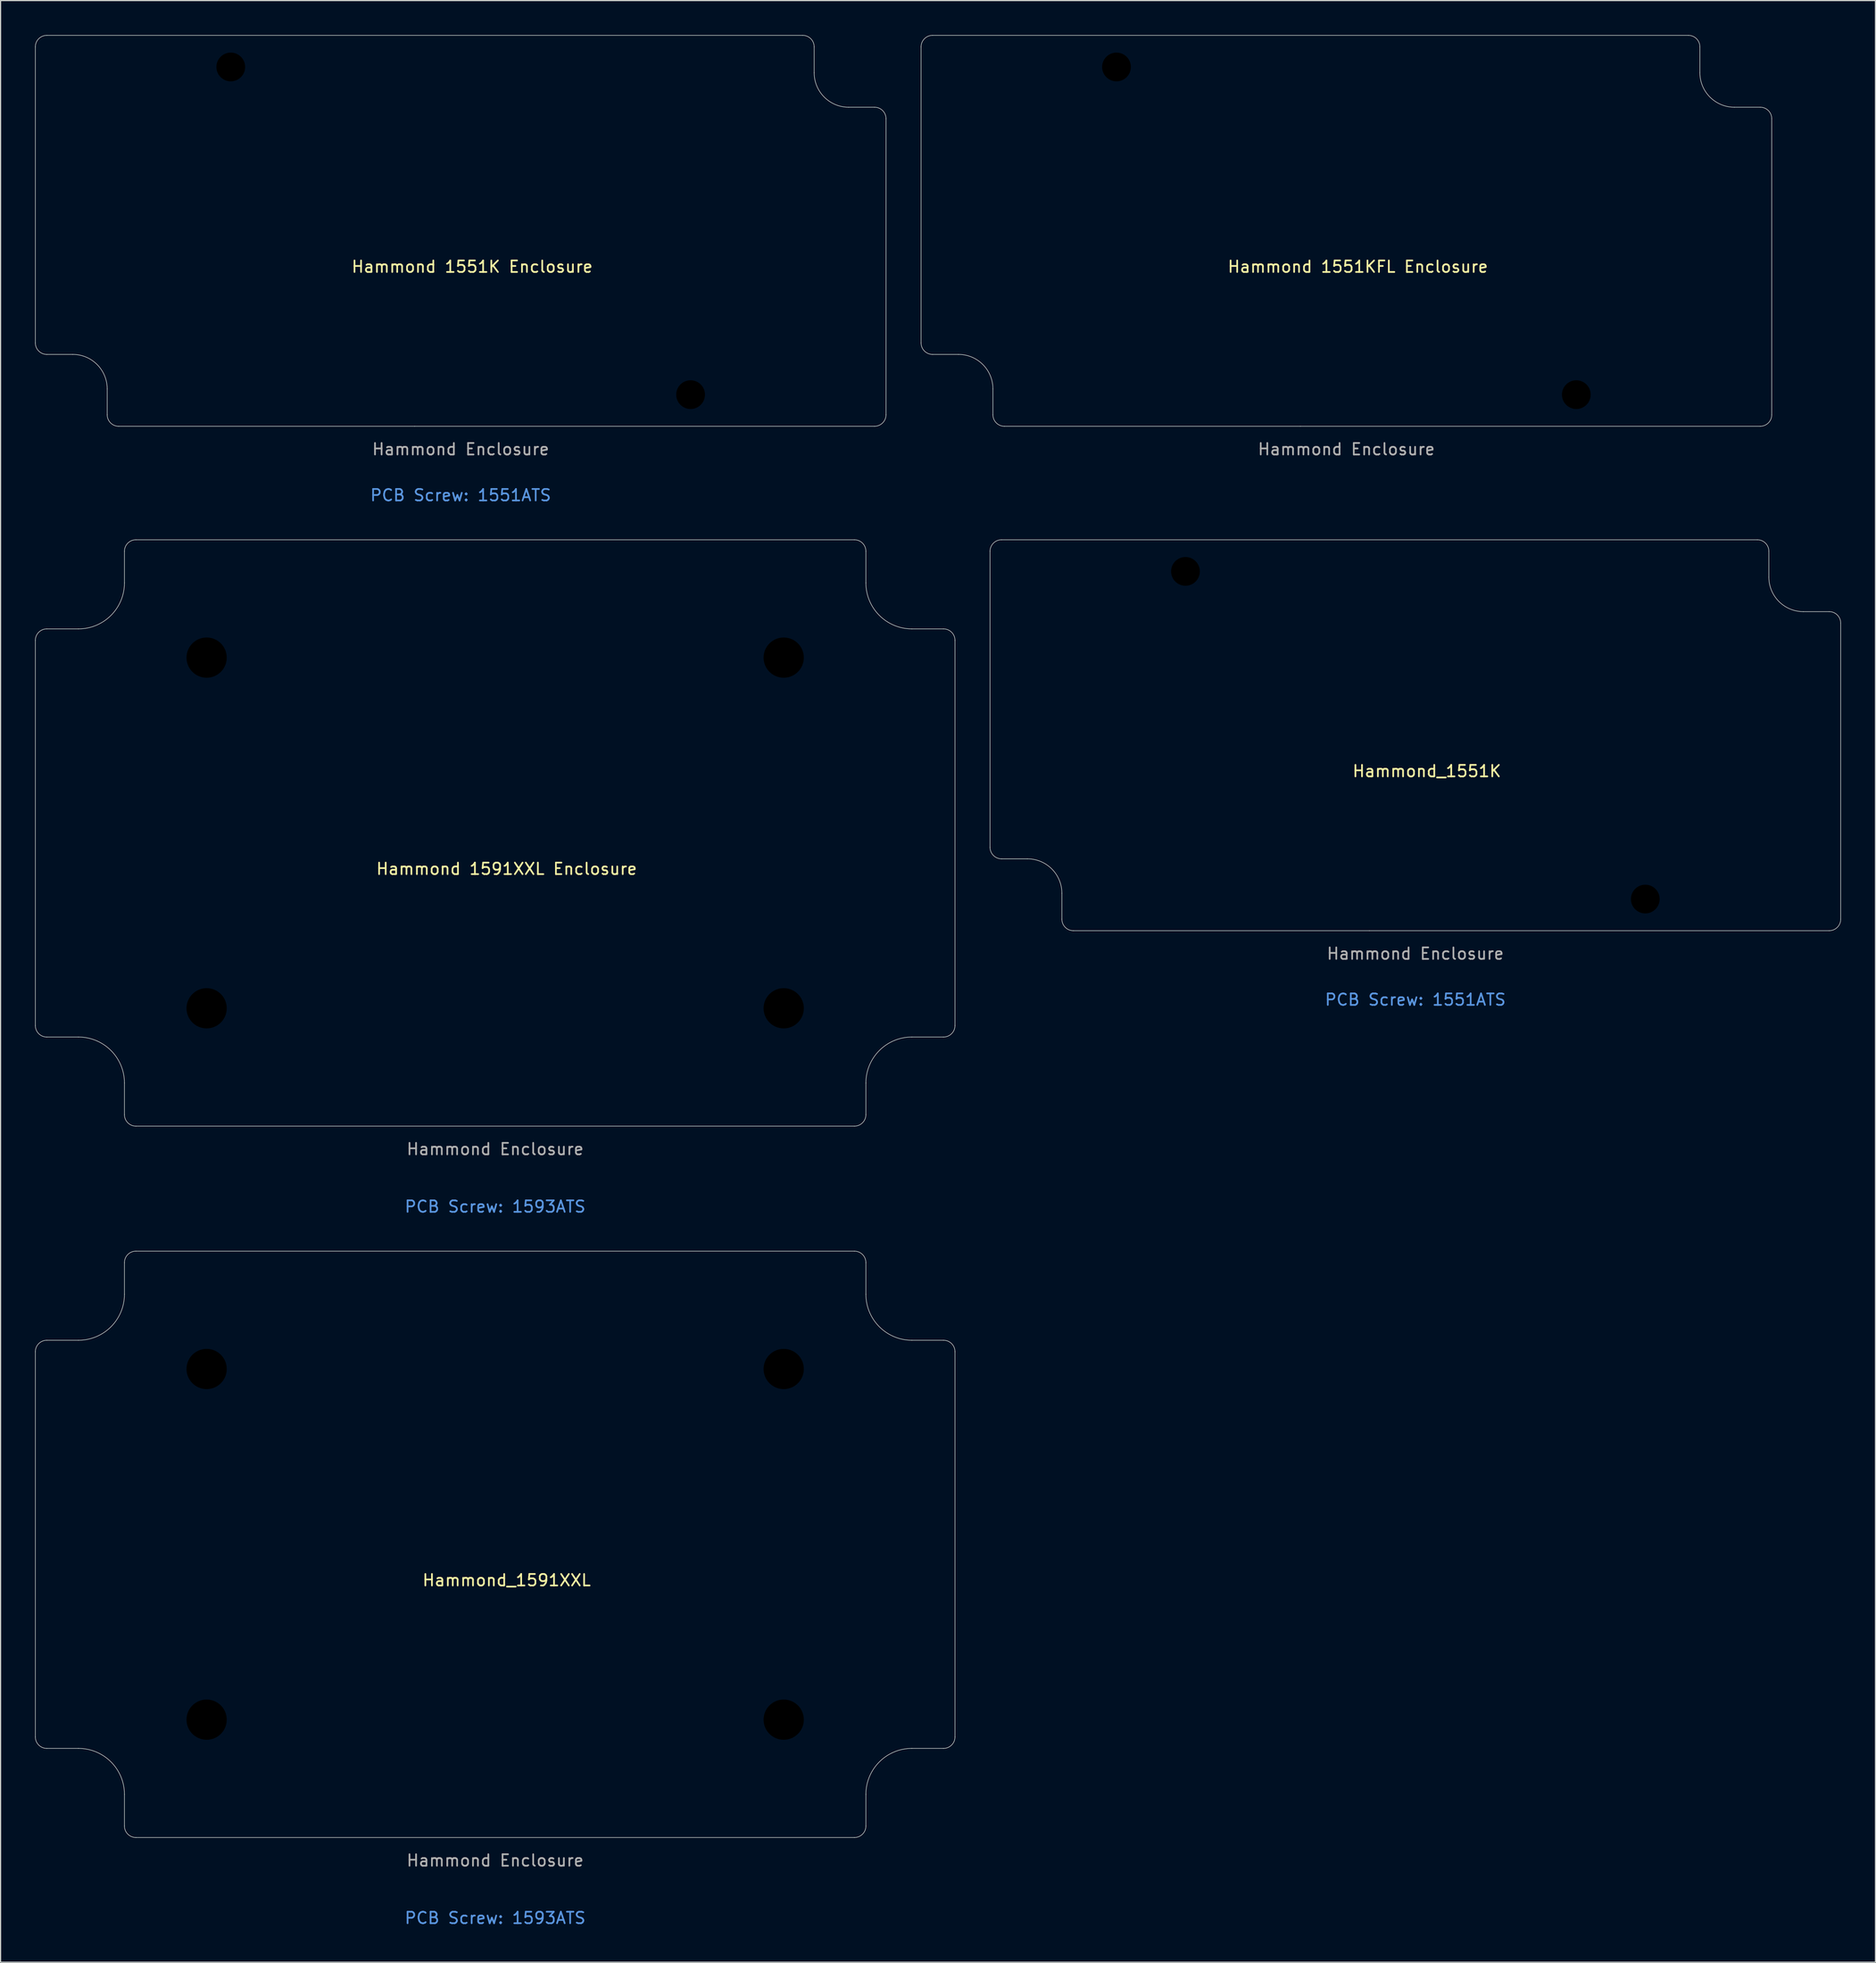
<source format=kicad_pcb>
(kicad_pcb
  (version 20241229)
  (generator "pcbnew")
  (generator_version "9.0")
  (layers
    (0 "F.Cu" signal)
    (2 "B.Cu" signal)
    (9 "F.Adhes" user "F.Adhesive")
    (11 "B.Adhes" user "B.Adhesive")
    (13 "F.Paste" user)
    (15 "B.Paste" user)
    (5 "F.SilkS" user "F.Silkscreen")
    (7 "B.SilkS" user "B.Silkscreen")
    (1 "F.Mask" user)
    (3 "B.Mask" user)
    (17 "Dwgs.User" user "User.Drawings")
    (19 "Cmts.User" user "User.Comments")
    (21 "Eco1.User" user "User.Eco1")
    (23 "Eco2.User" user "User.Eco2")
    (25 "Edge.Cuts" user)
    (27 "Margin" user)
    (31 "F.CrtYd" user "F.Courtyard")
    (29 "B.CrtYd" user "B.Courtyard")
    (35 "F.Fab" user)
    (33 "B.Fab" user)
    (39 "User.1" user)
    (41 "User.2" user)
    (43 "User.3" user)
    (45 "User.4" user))
  (footprint "Hammond_1591XXL"
    (layer "F.Cu")
    (at 40.025 131.271)
    (property "Reference" "Hammond_1591XXL" (at 1 3.125 0) (unlocked yes) (layer "F.SilkS") (effects (font (size 1 1) (thickness 0.15))))
    (fp_line (start -40 16.75) (end -40 -16.75) (stroke (width 0.05) (type solid)) (layer "Edge.Cuts"))
    (fp_line (start -39 -17.75) (end -36.25 -17.75) (stroke (width 0.05) (type solid)) (layer "Edge.Cuts"))
    (fp_line (start -36.25 17.75) (end -39 17.75) (stroke (width 0.05) (type solid)) (layer "Edge.Cuts"))
    (fp_line (start -32.25 -21.75) (end -32.25 -24.5) (stroke (width 0.05) (type solid)) (layer "Edge.Cuts"))
    (fp_line (start -32.25 24.5) (end -32.25 21.75) (stroke (width 0.05) (type solid)) (layer "Edge.Cuts"))
    (fp_line (start -31.25 -25.5) (end 31.25 -25.5) (stroke (width 0.05) (type solid)) (layer "Edge.Cuts"))
    (fp_line (start 31.25 25.5) (end -31.25 25.5) (stroke (width 0.05) (type solid)) (layer "Edge.Cuts"))
    (fp_line (start 32.25 -24.5) (end 32.25 -21.75) (stroke (width 0.05) (type solid)) (layer "Edge.Cuts"))
    (fp_line (start 32.25 21.75) (end 32.25 24.5) (stroke (width 0.05) (type solid)) (layer "Edge.Cuts"))
    (fp_line (start 36.25 -17.75) (end 39 -17.75) (stroke (width 0.05) (type solid)) (layer "Edge.Cuts"))
    (fp_line (start 39 17.75) (end 36.25 17.75) (stroke (width 0.05) (type solid)) (layer "Edge.Cuts"))
    (fp_line (start 40 -16.75) (end 40 16.75) (stroke (width 0.05) (type solid)) (layer "Edge.Cuts"))
    (fp_arc (start -40 -16.75) (mid -39.707107 -17.457107) (end -39 -17.75) (stroke (width 0.05) (type solid)) (layer "Edge.Cuts"))
    (fp_arc (start -38.999999 17.749999) (mid -39.707106 17.457106) (end -39.999999 16.749999) (stroke (width 0.05) (type solid)) (layer "Edge.Cuts"))
    (fp_arc (start -36.25 17.750001) (mid -33.421574 18.921574) (end -32.250001 21.75) (stroke (width 0.05) (type solid)) (layer "Edge.Cuts"))
    (fp_arc (start -32.25 -21.749999) (mid -33.421574 -18.921572) (end -36.250001 -17.75) (stroke (width 0.05) (type solid)) (layer "Edge.Cuts"))
    (fp_arc (start -32.249999 -24.499999) (mid -31.957106 -25.207106) (end -31.249999 -25.499999) (stroke (width 0.05) (type solid)) (layer "Edge.Cuts"))
    (fp_arc (start -31.249999 25.499999) (mid -31.957106 25.207106) (end -32.249999 24.499999) (stroke (width 0.05) (type solid)) (layer "Edge.Cuts"))
    (fp_arc (start 31.249999 -25.499999) (mid 31.957106 -25.207106) (end 32.249999 -24.499999) (stroke (width 0.05) (type solid)) (layer "Edge.Cuts"))
    (fp_arc (start 32.249999 24.499999) (mid 31.957106 25.207106) (end 31.249999 25.499999) (stroke (width 0.05) (type solid)) (layer "Edge.Cuts"))
    (fp_arc (start 32.25 21.75) (mid 33.421573 18.921574) (end 36.249999 17.750001) (stroke (width 0.05) (type solid)) (layer "Edge.Cuts"))
    (fp_arc (start 36.249999 -17.75) (mid 33.421572 -18.921573) (end 32.249999 -21.75) (stroke (width 0.05) (type solid)) (layer "Edge.Cuts"))
    (fp_arc (start 38.999999 -17.749999) (mid 39.707106 -17.457106) (end 39.999999 -16.749999) (stroke (width 0.05) (type solid)) (layer "Edge.Cuts"))
    (fp_arc (start 39.999999 16.749999) (mid 39.707106 17.457106) (end 38.999999 17.749999) (stroke (width 0.05) (type solid)) (layer "Edge.Cuts"))
    (fp_text user "PCB Screw: 1593ATS" (at 0 32.5 0) (unlocked yes) (layer "Cmts.User") (effects (font (size 1 1) (thickness 0.15))))
    (fp_text user "Hammond Enclosure" (at 0 27.5 0) (layer "F.Fab") (effects (font (size 1 1) (thickness 0.15))))
    (pad "" np_thru_hole circle (at -25.1 -15.25) (size 3.5 3.5) (drill 3.5) (layers "*.Mask"))
    (pad "" np_thru_hole circle (at -25.1 15.25) (size 3.5 3.5) (drill 3.5) (layers "*.Mask"))
    (pad "" np_thru_hole circle (at 25.1 -15.25) (size 3.5 3.5) (drill 3.5) (layers "*.Mask"))
    (pad "" np_thru_hole circle (at 25.1 15.25) (size 3.5 3.5) (drill 3.5) (layers "*.Mask")))
  (footprint "Hammond 1551K Enclosure"
    (layer "F.Cu")
    (at 37.025 17.025)
    (property "Reference" "Hammond 1551K Enclosure" (at 1 3.125 0) (unlocked yes) (layer "F.SilkS") (effects (font (size 1 1) (thickness 0.15))))
    (fp_line (start -37 9.75) (end -37 -16) (stroke (width 0.05) (type solid)) (layer "Edge.Cuts"))
    (fp_line (start -36 -17) (end 29.75 -17) (stroke (width 0.05) (type solid)) (layer "Edge.Cuts"))
    (fp_line (start -33.75 10.75) (end -36 10.75) (stroke (width 0.05) (type solid)) (layer "Edge.Cuts"))
    (fp_line (start -30.75 13.75) (end -30.75 16) (stroke (width 0.05) (type solid)) (layer "Edge.Cuts"))
    (fp_line (start -29.75 17) (end -4 17) (stroke (width 0.05) (type solid)) (layer "Edge.Cuts"))
    (fp_line (start -4 17) (end 36 17) (stroke (width 0.05) (type solid)) (layer "Edge.Cuts"))
    (fp_line (start 30.75 -13.75) (end 30.75 -16) (stroke (width 0.05) (type solid)) (layer "Edge.Cuts"))
    (fp_line (start 33.75 -10.75) (end 36 -10.75) (stroke (width 0.05) (type solid)) (layer "Edge.Cuts"))
    (fp_line (start 37 -9.75) (end 37 16) (stroke (width 0.05) (type solid)) (layer "Edge.Cuts"))
    (fp_arc (start -37 -16) (mid -36.707107 -16.707107) (end -36 -17) (stroke (width 0.05) (type solid)) (layer "Edge.Cuts"))
    (fp_arc (start -36 10.75) (mid -36.707107 10.457107) (end -37 9.75) (stroke (width 0.05) (type solid)) (layer "Edge.Cuts"))
    (fp_arc (start -33.75 10.75) (mid -31.62868 11.62868) (end -30.75 13.75) (stroke (width 0.05) (type solid)) (layer "Edge.Cuts"))
    (fp_arc (start -29.75 17) (mid -30.457107 16.707107) (end -30.75 16) (stroke (width 0.05) (type solid)) (layer "Edge.Cuts"))
    (fp_arc (start 29.75 -17) (mid 30.457107 -16.707107) (end 30.75 -16) (stroke (width 0.05) (type solid)) (layer "Edge.Cuts"))
    (fp_arc (start 33.75 -10.75) (mid 31.62868 -11.62868) (end 30.75 -13.75) (stroke (width 0.05) (type solid)) (layer "Edge.Cuts"))
    (fp_arc (start 36 -10.75) (mid 36.707107 -10.457107) (end 37 -9.75) (stroke (width 0.05) (type solid)) (layer "Edge.Cuts"))
    (fp_arc (start 37 16) (mid 36.707107 16.707107) (end 36 17) (stroke (width 0.05) (type solid)) (layer "Edge.Cuts"))
    (fp_text user "PCB Screw: 1551ATS" (at 0 23 0) (unlocked yes) (layer "Cmts.User") (effects (font (size 1 1) (thickness 0.15))))
    (fp_text user "Hammond Enclosure" (at 0 19 0) (layer "F.Fab") (effects (font (size 1 1) (thickness 0.15))))
    (pad "" np_thru_hole circle (at -20 -14.25) (size 2.5 2.5) (drill 2.5) (layers "*.Mask"))
    (pad "" np_thru_hole circle (at 20 14.25) (size 2.5 2.5) (drill 2.5) (layers "*.Mask")))
  (footprint "Hammond 1591XXL Enclosure"
    (layer "F.Cu")
    (at 40.025 69.398)
    (property "Reference" "Hammond 1591XXL Enclosure" (at 1 3.125 0) (unlocked yes) (layer "F.SilkS") (effects (font (size 1 1) (thickness 0.15))))
    (fp_line (start -40 16.75) (end -40 -16.75) (stroke (width 0.05) (type solid)) (layer "Edge.Cuts"))
    (fp_line (start -39 -17.75) (end -36.25 -17.75) (stroke (width 0.05) (type solid)) (layer "Edge.Cuts"))
    (fp_line (start -36.25 17.75) (end -39 17.75) (stroke (width 0.05) (type solid)) (layer "Edge.Cuts"))
    (fp_line (start -32.25 -21.75) (end -32.25 -24.5) (stroke (width 0.05) (type solid)) (layer "Edge.Cuts"))
    (fp_line (start -32.25 24.5) (end -32.25 21.75) (stroke (width 0.05) (type solid)) (layer "Edge.Cuts"))
    (fp_line (start -31.25 -25.5) (end 31.25 -25.5) (stroke (width 0.05) (type solid)) (layer "Edge.Cuts"))
    (fp_line (start 31.25 25.5) (end -31.25 25.5) (stroke (width 0.05) (type solid)) (layer "Edge.Cuts"))
    (fp_line (start 32.25 -24.5) (end 32.25 -21.75) (stroke (width 0.05) (type solid)) (layer "Edge.Cuts"))
    (fp_line (start 32.25 21.75) (end 32.25 24.5) (stroke (width 0.05) (type solid)) (layer "Edge.Cuts"))
    (fp_line (start 36.25 -17.75) (end 39 -17.75) (stroke (width 0.05) (type solid)) (layer "Edge.Cuts"))
    (fp_line (start 39 17.75) (end 36.25 17.75) (stroke (width 0.05) (type solid)) (layer "Edge.Cuts"))
    (fp_line (start 40 -16.75) (end 40 16.75) (stroke (width 0.05) (type solid)) (layer "Edge.Cuts"))
    (fp_arc (start -40 -16.75) (mid -39.707107 -17.457107) (end -39 -17.75) (stroke (width 0.05) (type solid)) (layer "Edge.Cuts"))
    (fp_arc (start -38.999999 17.749999) (mid -39.707106 17.457106) (end -39.999999 16.749999) (stroke (width 0.05) (type solid)) (layer "Edge.Cuts"))
    (fp_arc (start -36.25 17.750001) (mid -33.421574 18.921574) (end -32.250001 21.75) (stroke (width 0.05) (type solid)) (layer "Edge.Cuts"))
    (fp_arc (start -32.25 -21.749999) (mid -33.421574 -18.921572) (end -36.250001 -17.75) (stroke (width 0.05) (type solid)) (layer "Edge.Cuts"))
    (fp_arc (start -32.249999 -24.499999) (mid -31.957106 -25.207106) (end -31.249999 -25.499999) (stroke (width 0.05) (type solid)) (layer "Edge.Cuts"))
    (fp_arc (start -31.249999 25.499999) (mid -31.957106 25.207106) (end -32.249999 24.499999) (stroke (width 0.05) (type solid)) (layer "Edge.Cuts"))
    (fp_arc (start 31.249999 -25.499999) (mid 31.957106 -25.207106) (end 32.249999 -24.499999) (stroke (width 0.05) (type solid)) (layer "Edge.Cuts"))
    (fp_arc (start 32.249999 24.499999) (mid 31.957106 25.207106) (end 31.249999 25.499999) (stroke (width 0.05) (type solid)) (layer "Edge.Cuts"))
    (fp_arc (start 32.25 21.75) (mid 33.421573 18.921574) (end 36.249999 17.750001) (stroke (width 0.05) (type solid)) (layer "Edge.Cuts"))
    (fp_arc (start 36.249999 -17.75) (mid 33.421572 -18.921573) (end 32.249999 -21.75) (stroke (width 0.05) (type solid)) (layer "Edge.Cuts"))
    (fp_arc (start 38.999999 -17.749999) (mid 39.707106 -17.457106) (end 39.999999 -16.749999) (stroke (width 0.05) (type solid)) (layer "Edge.Cuts"))
    (fp_arc (start 39.999999 16.749999) (mid 39.707106 17.457106) (end 38.999999 17.749999) (stroke (width 0.05) (type solid)) (layer "Edge.Cuts"))
    (fp_text user "PCB Screw: 1593ATS" (at 0 32.5 0) (unlocked yes) (layer "Cmts.User") (effects (font (size 1 1) (thickness 0.15))))
    (fp_text user "Hammond Enclosure" (at 0 27.5 0) (layer "F.Fab") (effects (font (size 1 1) (thickness 0.15))))
    (pad "" np_thru_hole circle (at -25.1 -15.25) (size 3.5 3.5) (drill 3.5) (layers "*.Mask"))
    (pad "" np_thru_hole circle (at -25.1 15.25) (size 3.5 3.5) (drill 3.5) (layers "*.Mask"))
    (pad "" np_thru_hole circle (at 25.1 -15.25) (size 3.5 3.5) (drill 3.5) (layers "*.Mask"))
    (pad "" np_thru_hole circle (at 25.1 15.25) (size 3.5 3.5) (drill 3.5) (layers "*.Mask")))
  (footprint "Hammond_1551K"
    (layer "F.Cu")
    (at 120.075 60.898)
    (property "Reference" "Hammond_1551K" (at 1 3.125 0) (unlocked yes) (layer "F.SilkS") (effects (font (size 1 1) (thickness 0.15))))
    (fp_line (start -37 9.75) (end -37 -16) (stroke (width 0.05) (type solid)) (layer "Edge.Cuts"))
    (fp_line (start -36 -17) (end 29.75 -17) (stroke (width 0.05) (type solid)) (layer "Edge.Cuts"))
    (fp_line (start -33.75 10.75) (end -36 10.75) (stroke (width 0.05) (type solid)) (layer "Edge.Cuts"))
    (fp_line (start -30.75 13.75) (end -30.75 16) (stroke (width 0.05) (type solid)) (layer "Edge.Cuts"))
    (fp_line (start -29.75 17) (end -4 17) (stroke (width 0.05) (type solid)) (layer "Edge.Cuts"))
    (fp_line (start -4 17) (end 36 17) (stroke (width 0.05) (type solid)) (layer "Edge.Cuts"))
    (fp_line (start 30.75 -13.75) (end 30.75 -16) (stroke (width 0.05) (type solid)) (layer "Edge.Cuts"))
    (fp_line (start 33.75 -10.75) (end 36 -10.75) (stroke (width 0.05) (type solid)) (layer "Edge.Cuts"))
    (fp_line (start 37 -9.75) (end 37 16) (stroke (width 0.05) (type solid)) (layer "Edge.Cuts"))
    (fp_arc (start -37 -16) (mid -36.707107 -16.707107) (end -36 -17) (stroke (width 0.05) (type solid)) (layer "Edge.Cuts"))
    (fp_arc (start -36 10.75) (mid -36.707107 10.457107) (end -37 9.75) (stroke (width 0.05) (type solid)) (layer "Edge.Cuts"))
    (fp_arc (start -33.75 10.75) (mid -31.62868 11.62868) (end -30.75 13.75) (stroke (width 0.05) (type solid)) (layer "Edge.Cuts"))
    (fp_arc (start -29.75 17) (mid -30.457107 16.707107) (end -30.75 16) (stroke (width 0.05) (type solid)) (layer "Edge.Cuts"))
    (fp_arc (start 29.75 -17) (mid 30.457107 -16.707107) (end 30.75 -16) (stroke (width 0.05) (type solid)) (layer "Edge.Cuts"))
    (fp_arc (start 33.75 -10.75) (mid 31.62868 -11.62868) (end 30.75 -13.75) (stroke (width 0.05) (type solid)) (layer "Edge.Cuts"))
    (fp_arc (start 36 -10.75) (mid 36.707107 -10.457107) (end 37 -9.75) (stroke (width 0.05) (type solid)) (layer "Edge.Cuts"))
    (fp_arc (start 37 16) (mid 36.707107 16.707107) (end 36 17) (stroke (width 0.05) (type solid)) (layer "Edge.Cuts"))
    (fp_text user "PCB Screw: 1551ATS" (at 0 23 0) (unlocked yes) (layer "Cmts.User") (effects (font (size 1 1) (thickness 0.15))))
    (fp_text user "Hammond Enclosure" (at 0 19 0) (layer "F.Fab") (effects (font (size 1 1) (thickness 0.15))))
    (pad "" np_thru_hole circle (at -20 -14.25) (size 2.5 2.5) (drill 2.5) (layers "*.Mask"))
    (pad "" np_thru_hole circle (at 20 14.25) (size 2.5 2.5) (drill 2.5) (layers "*.Mask")))
  (footprint "Hammond 1551KFL Enclosure"
    (layer "F.Cu")
    (at 114.075 17.025)
    (property "Reference" "Hammond 1551KFL Enclosure" (at 1 3.125 0) (unlocked yes) (layer "F.SilkS") (effects (font (size 1 1) (thickness 0.15))))
    (fp_line (start -37 9.75) (end -37 -16) (stroke (width 0.05) (type solid)) (layer "Edge.Cuts"))
    (fp_line (start -36 -17) (end 29.75 -17) (stroke (width 0.05) (type solid)) (layer "Edge.Cuts"))
    (fp_line (start -33.75 10.75) (end -36 10.75) (stroke (width 0.05) (type solid)) (layer "Edge.Cuts"))
    (fp_line (start -30.75 13.75) (end -30.75 16) (stroke (width 0.05) (type solid)) (layer "Edge.Cuts"))
    (fp_line (start -29.75 17) (end -4 17) (stroke (width 0.05) (type solid)) (layer "Edge.Cuts"))
    (fp_line (start -4 17) (end 36 17) (stroke (width 0.05) (type solid)) (layer "Edge.Cuts"))
    (fp_line (start 30.75 -13.75) (end 30.75 -16) (stroke (width 0.05) (type solid)) (layer "Edge.Cuts"))
    (fp_line (start 33.75 -10.75) (end 36 -10.75) (stroke (width 0.05) (type solid)) (layer "Edge.Cuts"))
    (fp_line (start 37 -9.75) (end 37 16) (stroke (width 0.05) (type solid)) (layer "Edge.Cuts"))
    (fp_arc (start -37 -16) (mid -36.707107 -16.707107) (end -36 -17) (stroke (width 0.05) (type solid)) (layer "Edge.Cuts"))
    (fp_arc (start -36 10.75) (mid -36.707107 10.457107) (end -37 9.75) (stroke (width 0.05) (type solid)) (layer "Edge.Cuts"))
    (fp_arc (start -33.75 10.75) (mid -31.62868 11.62868) (end -30.75 13.75) (stroke (width 0.05) (type solid)) (layer "Edge.Cuts"))
    (fp_arc (start -29.75 17) (mid -30.457107 16.707107) (end -30.75 16) (stroke (width 0.05) (type solid)) (layer "Edge.Cuts"))
    (fp_arc (start 29.75 -17) (mid 30.457107 -16.707107) (end 30.75 -16) (stroke (width 0.05) (type solid)) (layer "Edge.Cuts"))
    (fp_arc (start 33.75 -10.75) (mid 31.62868 -11.62868) (end 30.75 -13.75) (stroke (width 0.05) (type solid)) (layer "Edge.Cuts"))
    (fp_arc (start 36 -10.75) (mid 36.707107 -10.457107) (end 37 -9.75) (stroke (width 0.05) (type solid)) (layer "Edge.Cuts"))
    (fp_arc (start 37 16) (mid 36.707107 16.707107) (end 36 17) (stroke (width 0.05) (type solid)) (layer "Edge.Cuts"))
    (fp_text user "Hammond Enclosure" (at 0 19 0) (layer "F.Fab") (effects (font (size 1 1) (thickness 0.15))))
    (pad "" np_thru_hole circle (at -20 -14.25) (size 2.5 2.5) (drill 2.5) (layers "*.Mask"))
    (pad "" np_thru_hole circle (at 20 14.25) (size 2.5 2.5) (drill 2.5) (layers "*.Mask")))
  (gr_rect
    (start -3 -3)
    (end 160.1 167.62)
    (stroke (width 0.1) (type default))
    (fill no)
    (layer "Edge.Cuts")))
</source>
